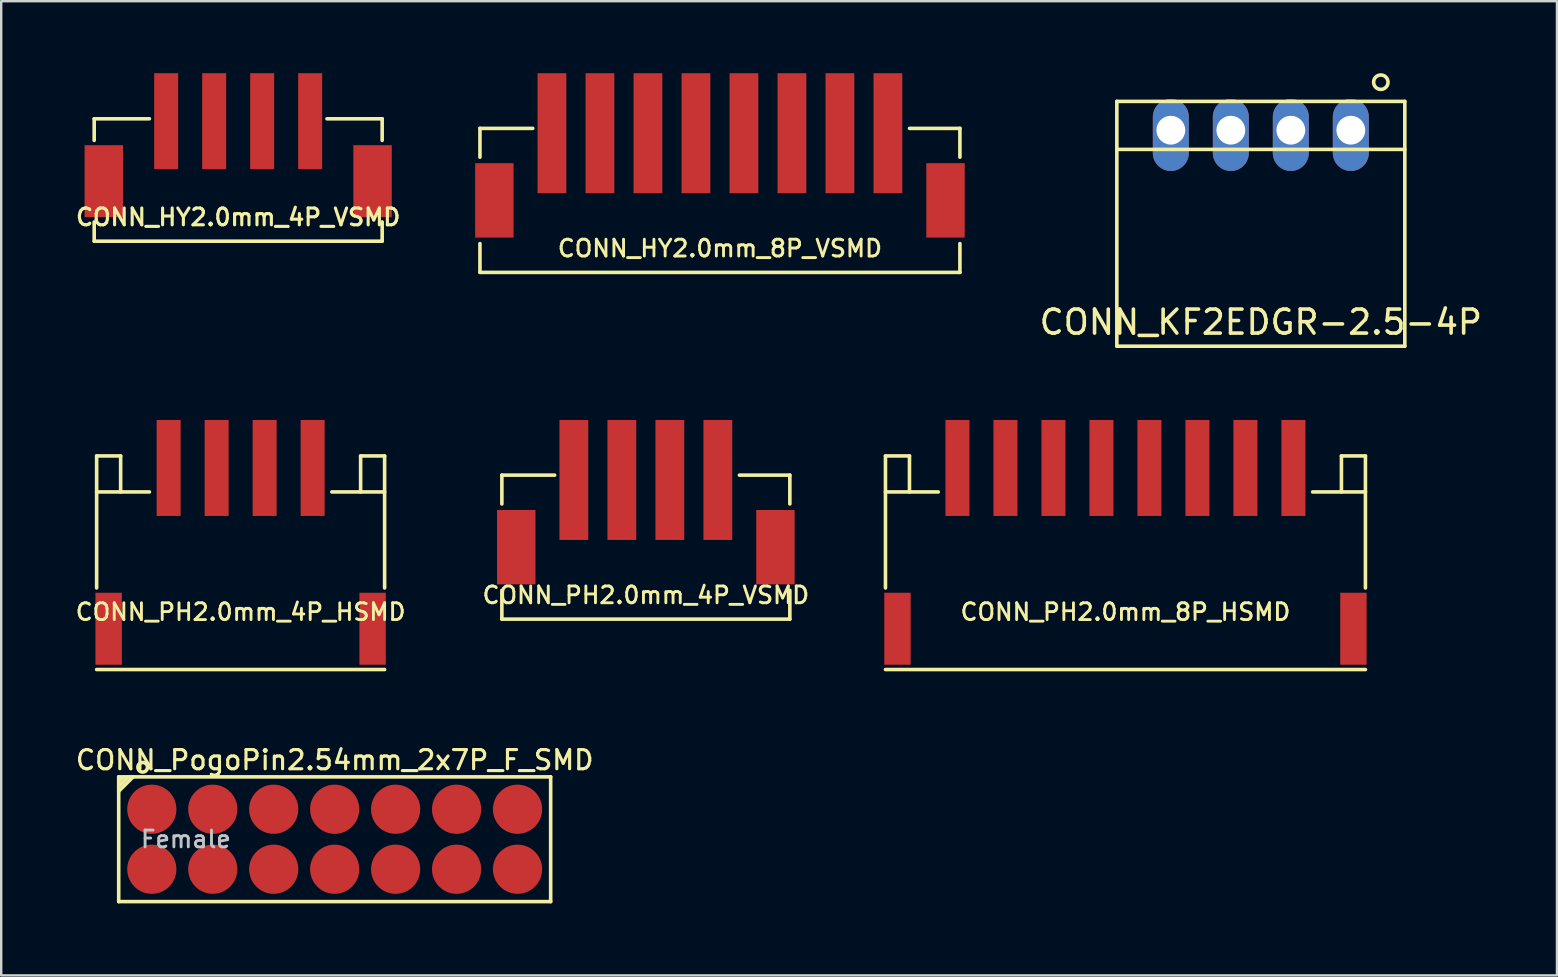
<source format=kicad_pcb>
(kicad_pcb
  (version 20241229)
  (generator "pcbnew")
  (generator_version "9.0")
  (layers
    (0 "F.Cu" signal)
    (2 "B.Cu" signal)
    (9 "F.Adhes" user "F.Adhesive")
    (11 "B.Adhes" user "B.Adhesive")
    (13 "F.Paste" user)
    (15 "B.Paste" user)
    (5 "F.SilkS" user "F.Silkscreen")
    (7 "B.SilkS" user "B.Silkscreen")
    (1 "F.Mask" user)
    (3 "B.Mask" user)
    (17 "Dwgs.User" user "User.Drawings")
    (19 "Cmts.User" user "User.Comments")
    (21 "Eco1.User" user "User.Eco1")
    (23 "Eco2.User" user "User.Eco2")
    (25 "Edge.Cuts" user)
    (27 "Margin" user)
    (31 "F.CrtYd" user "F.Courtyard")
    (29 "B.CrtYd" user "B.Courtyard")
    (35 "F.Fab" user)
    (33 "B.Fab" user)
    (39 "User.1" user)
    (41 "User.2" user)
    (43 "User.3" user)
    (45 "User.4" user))
  (footprint "CONN_PH2.0mm_4P_HSMD"
    (layer "F.Cu")
    (at 6.977 20.45)
    (property "Reference" "CONN_PH2.0mm_4P_HSMD" (at 0 2 0) (layer "F.SilkS") (effects (font (size 0.7 0.7) (thickness 0.12))))
    (attr through_hole)
    (fp_line (start -6 -4.5) (end -5 -4.5) (stroke (width 0.15) (type solid)) (layer "F.SilkS"))
    (fp_line (start -6 1) (end -6 -4.5) (stroke (width 0.15) (type solid)) (layer "F.SilkS"))
    (fp_line (start -6 4.4) (end 6 4.4) (stroke (width 0.15) (type solid)) (layer "F.SilkS"))
    (fp_line (start -5 -4.5) (end -5 -3) (stroke (width 0.15) (type solid)) (layer "F.SilkS"))
    (fp_line (start -3.8 -3) (end -6 -3) (stroke (width 0.15) (type solid)) (layer "F.SilkS"))
    (fp_line (start 5 -4.5) (end 6 -4.5) (stroke (width 0.15) (type solid)) (layer "F.SilkS"))
    (fp_line (start 5 -3) (end 5 -4.5) (stroke (width 0.15) (type solid)) (layer "F.SilkS"))
    (fp_line (start 6 -3) (end 3.8 -3) (stroke (width 0.15) (type solid)) (layer "F.SilkS"))
    (fp_line (start 6 1) (end 6 -4.5) (stroke (width 0.15) (type solid)) (layer "F.SilkS"))
    (pad "1" smd rect (at 3 -4) (size 1 4) (layers "F.Cu" "F.Mask" "F.Paste"))
    (pad "2" smd rect (at 1 -4) (size 1 4) (layers "F.Cu" "F.Mask" "F.Paste"))
    (pad "3" smd rect (at -1 -4) (size 1 4) (layers "F.Cu" "F.Mask" "F.Paste"))
    (pad "4" smd rect (at -3 -4) (size 1 4) (layers "F.Cu" "F.Mask" "F.Paste"))
    (pad "5" smd rect (at -5.5 2.7) (size 1.1 3) (layers "F.Cu" "F.Mask" "F.Paste"))
    (pad "5" smd rect (at 5.5 2.7) (size 1.1 3) (layers "F.Cu" "F.Mask" "F.Paste")))
  (footprint "CONN_PogoPin2.54mm_2x7P_F_SMD"
    (layer "F.Cu")
    (at 10.896 31.921)
    (property "Reference" "CONN_PogoPin2.54mm_2x7P_F_SMD" (at 0 -3.3 0) (layer "F.SilkS") (effects (font (size 0.8 0.8) (thickness 0.13))))
    (attr through_hole)
    (fp_line (start -9 -2.6) (end -9 2.6) (stroke (width 0.15) (type solid)) (layer "F.SilkS"))
    (fp_line (start -9 -2.4) (end -8.8 -2.6) (stroke (width 0.15) (type solid)) (layer "F.SilkS"))
    (fp_line (start -9 2.6) (end 9 2.6) (stroke (width 0.15) (type solid)) (layer "F.SilkS"))
    (fp_line (start -8.6 -2.6) (end -9 -2.2) (stroke (width 0.15) (type solid)) (layer "F.SilkS"))
    (fp_line (start -8.4 -2.6) (end -9 -2) (stroke (width 0.15) (type solid)) (layer "F.SilkS"))
    (fp_line (start 9 -2.6) (end -9 -2.6) (stroke (width 0.15) (type solid)) (layer "F.SilkS"))
    (fp_line (start 9 2.6) (end 9 -2.6) (stroke (width 0.15) (type solid)) (layer "F.SilkS"))
    (fp_circle (center -8 -3) (end -8 -2.8) (stroke (width 0.15) (type solid)) (fill no) (layer "F.SilkS"))
    (fp_text user "Female" (at -6.2 0 0) (layer "Dwgs.User") (effects (font (size 0.7 0.7) (thickness 0.12))))
    (pad "1" smd circle (at -7.62 -1.25) (size 2.05 2.05) (layers "F.Cu" "F.Mask" "F.Paste"))
    (pad "2" smd circle (at -7.62 1.25) (size 2.05 2.05) (layers "F.Cu" "F.Mask" "F.Paste"))
    (pad "3" smd circle (at -5.08 -1.25) (size 2.05 2.05) (layers "F.Cu" "F.Mask" "F.Paste"))
    (pad "4" smd circle (at -5.08 1.25) (size 2.05 2.05) (layers "F.Cu" "F.Mask" "F.Paste"))
    (pad "5" smd circle (at -2.54 -1.25) (size 2.05 2.05) (layers "F.Cu" "F.Mask" "F.Paste"))
    (pad "6" smd circle (at -2.54 1.25) (size 2.05 2.05) (layers "F.Cu" "F.Mask" "F.Paste"))
    (pad "7" smd circle (at 0 -1.25) (size 2.05 2.05) (layers "F.Cu" "F.Mask" "F.Paste"))
    (pad "8" smd circle (at 0 1.25) (size 2.05 2.05) (layers "F.Cu" "F.Mask" "F.Paste"))
    (pad "9" smd circle (at 2.54 -1.25) (size 2.05 2.05) (layers "F.Cu" "F.Mask" "F.Paste"))
    (pad "10" smd circle (at 2.54 1.25) (size 2.05 2.05) (layers "F.Cu" "F.Mask" "F.Paste"))
    (pad "11" smd circle (at 5.08 -1.25) (size 2.05 2.05) (layers "F.Cu" "F.Mask" "F.Paste"))
    (pad "12" smd circle (at 5.08 1.25) (size 2.05 2.05) (layers "F.Cu" "F.Mask" "F.Paste"))
    (pad "13" smd circle (at 7.62 -1.25) (size 2.05 2.05) (layers "F.Cu" "F.Mask" "F.Paste"))
    (pad "14" smd circle (at 7.62 1.25) (size 2.05 2.05) (layers "F.Cu" "F.Mask" "F.Paste")))
  (footprint "CONN_HY2.0mm_4P_VSMD"
    (layer "F.Cu")
    (at 6.875 7)
    (property "Reference" "CONN_HY2.0mm_4P_VSMD" (at 0 -1 0) (layer "F.SilkS") (effects (font (size 0.7 0.7) (thickness 0.13))))
    (attr through_hole)
    (fp_line (start -6 -5.1) (end -3.7 -5.1) (stroke (width 0.15) (type solid)) (layer "F.SilkS"))
    (fp_line (start -6 -4.2) (end -6 -5.1) (stroke (width 0.15) (type solid)) (layer "F.SilkS"))
    (fp_line (start -6 0) (end -6 -0.8) (stroke (width 0.15) (type solid)) (layer "F.SilkS"))
    (fp_line (start 6 -5.1) (end 3.7 -5.1) (stroke (width 0.15) (type solid)) (layer "F.SilkS"))
    (fp_line (start 6 -5.1) (end 6 -4.2) (stroke (width 0.15) (type solid)) (layer "F.SilkS"))
    (fp_line (start 6 0) (end -6 0) (stroke (width 0.15) (type solid)) (layer "F.SilkS"))
    (fp_line (start 6 0) (end 6 -0.8) (stroke (width 0.15) (type solid)) (layer "F.SilkS"))
    (pad "1" smd rect (at 3 -5) (size 1 4) (layers "F.Cu" "F.Mask" "F.Paste"))
    (pad "2" smd rect (at 1 -5) (size 1 4) (layers "F.Cu" "F.Mask" "F.Paste"))
    (pad "3" smd rect (at -1 -5) (size 1 4) (layers "F.Cu" "F.Mask" "F.Paste"))
    (pad "4" smd rect (at -3 -5) (size 1 4) (layers "F.Cu" "F.Mask" "F.Paste"))
    (pad "5" smd rect (at -5.6 -2.5) (size 1.6 3) (layers "F.Cu" "F.Mask" "F.Paste"))
    (pad "5" smd rect (at 5.6 -2.5) (size 1.6 3) (layers "F.Cu" "F.Mask" "F.Paste")))
  (footprint "CONN_KF2EDGR-2.5-4P"
    (layer "F.Cu")
    (at 49.489 2.375)
    (property "Reference" "CONN_KF2EDGR-2.5-4P" (at 0 8 0) (layer "F.SilkS") (effects (font (size 1 1) (thickness 0.15))))
    (attr through_hole)
    (fp_line (start -6 -1.2) (end 6 -1.2) (stroke (width 0.15) (type solid)) (layer "F.SilkS"))
    (fp_line (start -6 0.8) (end 6 0.8) (stroke (width 0.15) (type solid)) (layer "F.SilkS"))
    (fp_line (start -6 9) (end -6 -1.2) (stroke (width 0.15) (type solid)) (layer "F.SilkS"))
    (fp_line (start 6 -1.2) (end 6 9) (stroke (width 0.15) (type solid)) (layer "F.SilkS"))
    (fp_line (start 6 9) (end -6 9) (stroke (width 0.15) (type solid)) (layer "F.SilkS"))
    (fp_circle (center 5 -2) (end 5 -1.7) (stroke (width 0.15) (type solid)) (fill no) (layer "F.SilkS"))
    (pad "1" thru_hole oval (at 3.75 0) (size 1.5 3) (drill 1.2 (offset 0 0.2)) (layers "*.Cu" "*.Mask"))
    (pad "2" thru_hole oval (at 1.25 0) (size 1.5 3) (drill 1.2 (offset 0 0.2)) (layers "*.Cu" "*.Mask"))
    (pad "3" thru_hole oval (at -1.25 0) (size 1.5 3) (drill 1.2 (offset 0 0.2)) (layers "*.Cu" "*.Mask"))
    (pad "4" thru_hole oval (at -3.75 0) (size 1.5 3) (drill 1.2 (offset 0 0.2)) (layers "*.Cu" "*.Mask")))
  (footprint "CONN_PH2.0mm_4P_VSMD"
    (layer "F.Cu")
    (at 23.863 22.75)
    (property "Reference" "CONN_PH2.0mm_4P_VSMD" (at 0 -1 0) (layer "F.SilkS") (effects (font (size 0.7 0.7) (thickness 0.12))))
    (attr through_hole)
    (fp_line (start -6 -6) (end -3.8 -6) (stroke (width 0.15) (type solid)) (layer "F.SilkS"))
    (fp_line (start -6 -4.8) (end -6 -6) (stroke (width 0.15) (type solid)) (layer "F.SilkS"))
    (fp_line (start -6 0) (end -6 -1.2) (stroke (width 0.15) (type solid)) (layer "F.SilkS"))
    (fp_line (start 6 -6) (end 3.9 -6) (stroke (width 0.15) (type solid)) (layer "F.SilkS"))
    (fp_line (start 6 -6) (end 6 -4.8) (stroke (width 0.15) (type solid)) (layer "F.SilkS"))
    (fp_line (start 6 0) (end -6 0) (stroke (width 0.15) (type solid)) (layer "F.SilkS"))
    (fp_line (start 6 0) (end 6 -1.2) (stroke (width 0.15) (type solid)) (layer "F.SilkS"))
    (pad "1" smd rect (at 3 -5.8) (size 1.2 5) (layers "F.Cu" "F.Mask" "F.Paste"))
    (pad "2" smd rect (at 1 -5.8) (size 1.2 5) (layers "F.Cu" "F.Mask" "F.Paste"))
    (pad "3" smd rect (at -1 -5.8) (size 1.2 5) (layers "F.Cu" "F.Mask" "F.Paste"))
    (pad "4" smd rect (at -3 -5.8) (size 1.2 5) (layers "F.Cu" "F.Mask" "F.Paste"))
    (pad "5" smd rect (at -5.4 -3) (size 1.6 3.1) (layers "F.Cu" "F.Mask" "F.Paste"))
    (pad "5" smd rect (at 5.4 -3) (size 1.6 3.1) (layers "F.Cu" "F.Mask" "F.Paste")))
  (footprint "CONN_HY2.0mm_8P_VSMD"
    (layer "F.Cu")
    (at 26.95 8.3)
    (property "Reference" "CONN_HY2.0mm_8P_VSMD" (at 0 -1 0) (layer "F.SilkS") (effects (font (size 0.7 0.7) (thickness 0.12))))
    (attr smd)
    (fp_line (start -10 -6) (end -7.8 -6) (stroke (width 0.15) (type solid)) (layer "F.SilkS"))
    (fp_line (start -10 -4.8) (end -10 -6) (stroke (width 0.15) (type solid)) (layer "F.SilkS"))
    (fp_line (start -10 0) (end -10 -1.2) (stroke (width 0.15) (type solid)) (layer "F.SilkS"))
    (fp_line (start 10 -6) (end 7.9 -6) (stroke (width 0.15) (type solid)) (layer "F.SilkS"))
    (fp_line (start 10 -6) (end 10 -4.8) (stroke (width 0.15) (type solid)) (layer "F.SilkS"))
    (fp_line (start 10 0) (end -10 0) (stroke (width 0.15) (type solid)) (layer "F.SilkS"))
    (fp_line (start 10 0) (end 10 -1.2) (stroke (width 0.15) (type solid)) (layer "F.SilkS"))
    (pad "1" smd rect (at -7 -5.8) (size 1.2 5) (layers "F.Cu" "F.Mask" "F.Paste"))
    (pad "2" smd rect (at -5 -5.8) (size 1.2 5) (layers "F.Cu" "F.Mask" "F.Paste"))
    (pad "3" smd rect (at -3 -5.8) (size 1.2 5) (layers "F.Cu" "F.Mask" "F.Paste"))
    (pad "4" smd rect (at -1 -5.8) (size 1.2 5) (layers "F.Cu" "F.Mask" "F.Paste"))
    (pad "5" smd rect (at 1 -5.8) (size 1.2 5) (layers "F.Cu" "F.Mask" "F.Paste"))
    (pad "6" smd rect (at 3 -5.8) (size 1.2 5) (layers "F.Cu" "F.Mask" "F.Paste"))
    (pad "7" smd rect (at 5 -5.8) (size 1.2 5) (layers "F.Cu" "F.Mask" "F.Paste"))
    (pad "8" smd rect (at 7 -5.8) (size 1.2 5) (layers "F.Cu" "F.Mask" "F.Paste"))
    (pad "SH" smd rect (at -9.4 -3) (size 1.6 3.1) (layers "F.Cu" "F.Mask" "F.Paste"))
    (pad "SH" smd rect (at 9.4 -3) (size 1.6 3.1) (layers "F.Cu" "F.Mask" "F.Paste")))
  (footprint "CONN_PH2.0mm_8P_HSMD"
    (layer "F.Cu")
    (at 43.848 20.45)
    (property "Reference" "CONN_PH2.0mm_8P_HSMD" (at 0 2 0) (layer "F.SilkS") (effects (font (size 0.7 0.7) (thickness 0.12))))
    (attr through_hole)
    (fp_line (start -10 -4.5) (end -9 -4.5) (stroke (width 0.15) (type solid)) (layer "F.SilkS"))
    (fp_line (start -10 1) (end -10 -4.5) (stroke (width 0.15) (type solid)) (layer "F.SilkS"))
    (fp_line (start -10 4.4) (end 10 4.4) (stroke (width 0.15) (type solid)) (layer "F.SilkS"))
    (fp_line (start -9 -4.5) (end -9 -3) (stroke (width 0.15) (type solid)) (layer "F.SilkS"))
    (fp_line (start -7.8 -3) (end -10 -3) (stroke (width 0.15) (type solid)) (layer "F.SilkS"))
    (fp_line (start 9 -4.5) (end 10 -4.5) (stroke (width 0.15) (type solid)) (layer "F.SilkS"))
    (fp_line (start 9 -3) (end 9 -4.5) (stroke (width 0.15) (type solid)) (layer "F.SilkS"))
    (fp_line (start 10 -3) (end 7.8 -3) (stroke (width 0.15) (type solid)) (layer "F.SilkS"))
    (fp_line (start 10 1) (end 10 -4.5) (stroke (width 0.15) (type solid)) (layer "F.SilkS"))
    (pad "1" smd rect (at 7 -4) (size 1 4) (layers "F.Cu" "F.Mask" "F.Paste"))
    (pad "2" smd rect (at 5 -4) (size 1 4) (layers "F.Cu" "F.Mask" "F.Paste"))
    (pad "3" smd rect (at 3 -4) (size 1 4) (layers "F.Cu" "F.Mask" "F.Paste"))
    (pad "4" smd rect (at 1 -4) (size 1 4) (layers "F.Cu" "F.Mask" "F.Paste"))
    (pad "5" smd rect (at -1 -4) (size 1 4) (layers "F.Cu" "F.Mask" "F.Paste"))
    (pad "6" smd rect (at -3 -4) (size 1 4) (layers "F.Cu" "F.Mask" "F.Paste"))
    (pad "7" smd rect (at -5 -4) (size 1 4) (layers "F.Cu" "F.Mask" "F.Paste"))
    (pad "8" smd rect (at -7 -4) (size 1 4) (layers "F.Cu" "F.Mask" "F.Paste"))
    (pad "9" smd rect (at -9.5 2.7) (size 1.1 3) (layers "F.Cu" "F.Mask" "F.Paste"))
    (pad "9" smd rect (at 9.5 2.7) (size 1.1 3) (layers "F.Cu" "F.Mask" "F.Paste")))
  (gr_rect
    (start -3 -3)
    (end 61.829 37.596)
    (stroke (width 0.1) (type default))
    (fill no)
    (layer "Edge.Cuts")))
</source>
